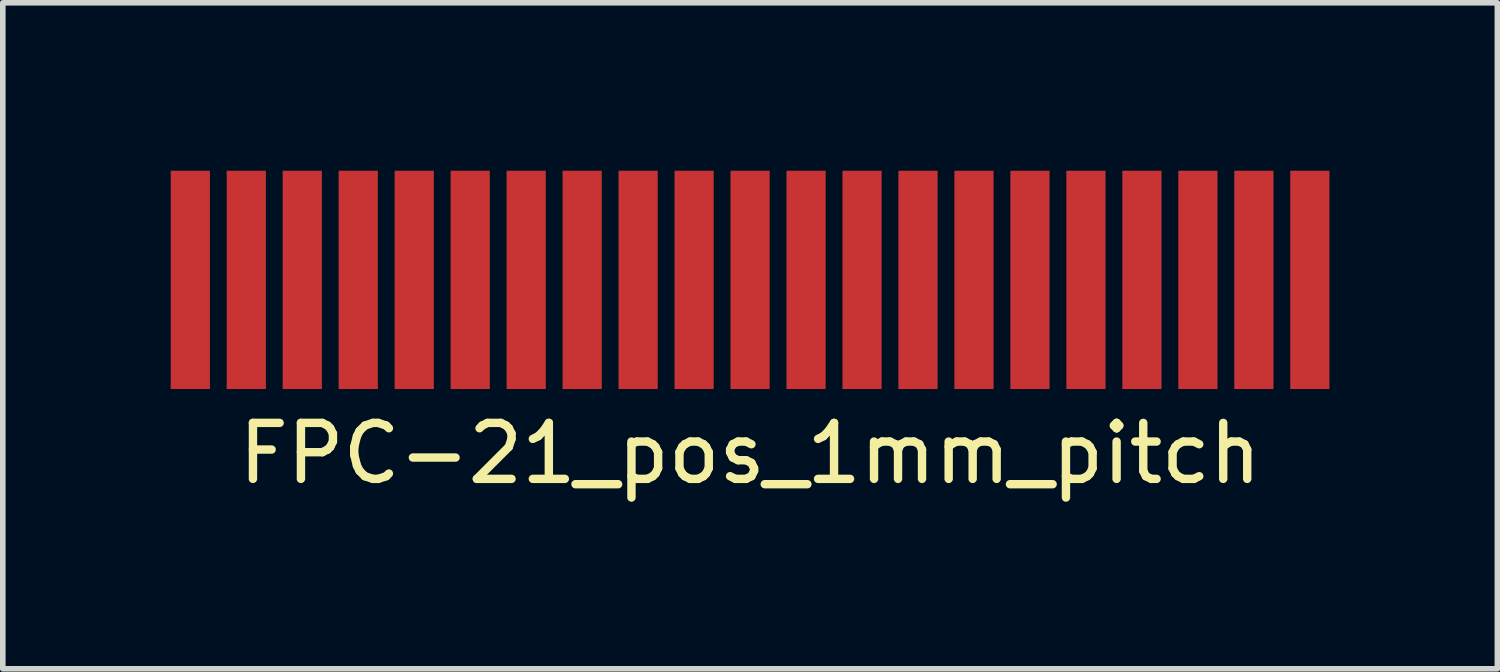
<source format=kicad_pcb>
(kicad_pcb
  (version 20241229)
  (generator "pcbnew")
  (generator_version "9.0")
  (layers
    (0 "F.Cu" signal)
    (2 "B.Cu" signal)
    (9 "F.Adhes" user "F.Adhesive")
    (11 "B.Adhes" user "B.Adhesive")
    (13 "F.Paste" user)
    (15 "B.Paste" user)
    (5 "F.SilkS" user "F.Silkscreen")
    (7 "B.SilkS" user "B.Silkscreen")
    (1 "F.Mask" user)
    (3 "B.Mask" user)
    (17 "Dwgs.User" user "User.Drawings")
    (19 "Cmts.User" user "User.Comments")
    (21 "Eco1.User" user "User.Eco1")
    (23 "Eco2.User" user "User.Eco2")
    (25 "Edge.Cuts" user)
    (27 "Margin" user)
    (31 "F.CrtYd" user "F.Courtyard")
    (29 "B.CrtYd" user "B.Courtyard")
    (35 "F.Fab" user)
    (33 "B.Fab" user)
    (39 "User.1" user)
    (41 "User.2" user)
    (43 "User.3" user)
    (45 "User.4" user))
  (footprint "FPC-21_pos_1mm_pitch"
    (layer "F.Cu")
    (at 10.35 1.95)
    (property "Reference" "FPC-21_pos_1mm_pitch" (at 0 3.1 0) (layer "F.SilkS") (effects (font (size 1 1) (thickness 0.15))))
    (attr through_hole)
    (pad "1" smd rect (at -10 0) (size 0.7 3.9) (layers "F.Cu" "F.Mask"))
    (pad "2" smd rect (at -9 0) (size 0.7 3.9) (layers "F.Cu" "F.Mask"))
    (pad "3" smd rect (at -8 0) (size 0.7 3.9) (layers "F.Cu" "F.Mask"))
    (pad "4" smd rect (at -7 0) (size 0.7 3.9) (layers "F.Cu" "F.Mask"))
    (pad "5" smd rect (at -6 0) (size 0.7 3.9) (layers "F.Cu" "F.Mask"))
    (pad "6" smd rect (at -5 0) (size 0.7 3.9) (layers "F.Cu" "F.Mask"))
    (pad "7" smd rect (at -4 0) (size 0.7 3.9) (layers "F.Cu" "F.Mask"))
    (pad "8" smd rect (at -3 0) (size 0.7 3.9) (layers "F.Cu" "F.Mask"))
    (pad "9" smd rect (at -2 0) (size 0.7 3.9) (layers "F.Cu" "F.Mask"))
    (pad "10" smd rect (at -1 0) (size 0.7 3.9) (layers "F.Cu" "F.Mask"))
    (pad "11" smd rect (at 0 0) (size 0.7 3.9) (layers "F.Cu" "F.Mask"))
    (pad "12" smd rect (at 1 0) (size 0.7 3.9) (layers "F.Cu" "F.Mask"))
    (pad "13" smd rect (at 2 0) (size 0.7 3.9) (layers "F.Cu" "F.Mask"))
    (pad "14" smd rect (at 3 0) (size 0.7 3.9) (layers "F.Cu" "F.Mask"))
    (pad "15" smd rect (at 4 0) (size 0.7 3.9) (layers "F.Cu" "F.Mask"))
    (pad "16" smd rect (at 5 0) (size 0.7 3.9) (layers "F.Cu" "F.Mask"))
    (pad "17" smd rect (at 6 0) (size 0.7 3.9) (layers "F.Cu" "F.Mask"))
    (pad "18" smd rect (at 7 0) (size 0.7 3.9) (layers "F.Cu" "F.Mask"))
    (pad "19" smd rect (at 8 0) (size 0.7 3.9) (layers "F.Cu" "F.Mask"))
    (pad "20" smd rect (at 9 0) (size 0.7 3.9) (layers "F.Cu" "F.Mask"))
    (pad "21" smd rect (at 10 0) (size 0.7 3.9) (layers "F.Cu" "F.Mask")))
  (gr_rect
    (start -3 -3)
    (end 23.7 8.898)
    (stroke (width 0.1) (type default))
    (fill no)
    (layer "Edge.Cuts")))
</source>
